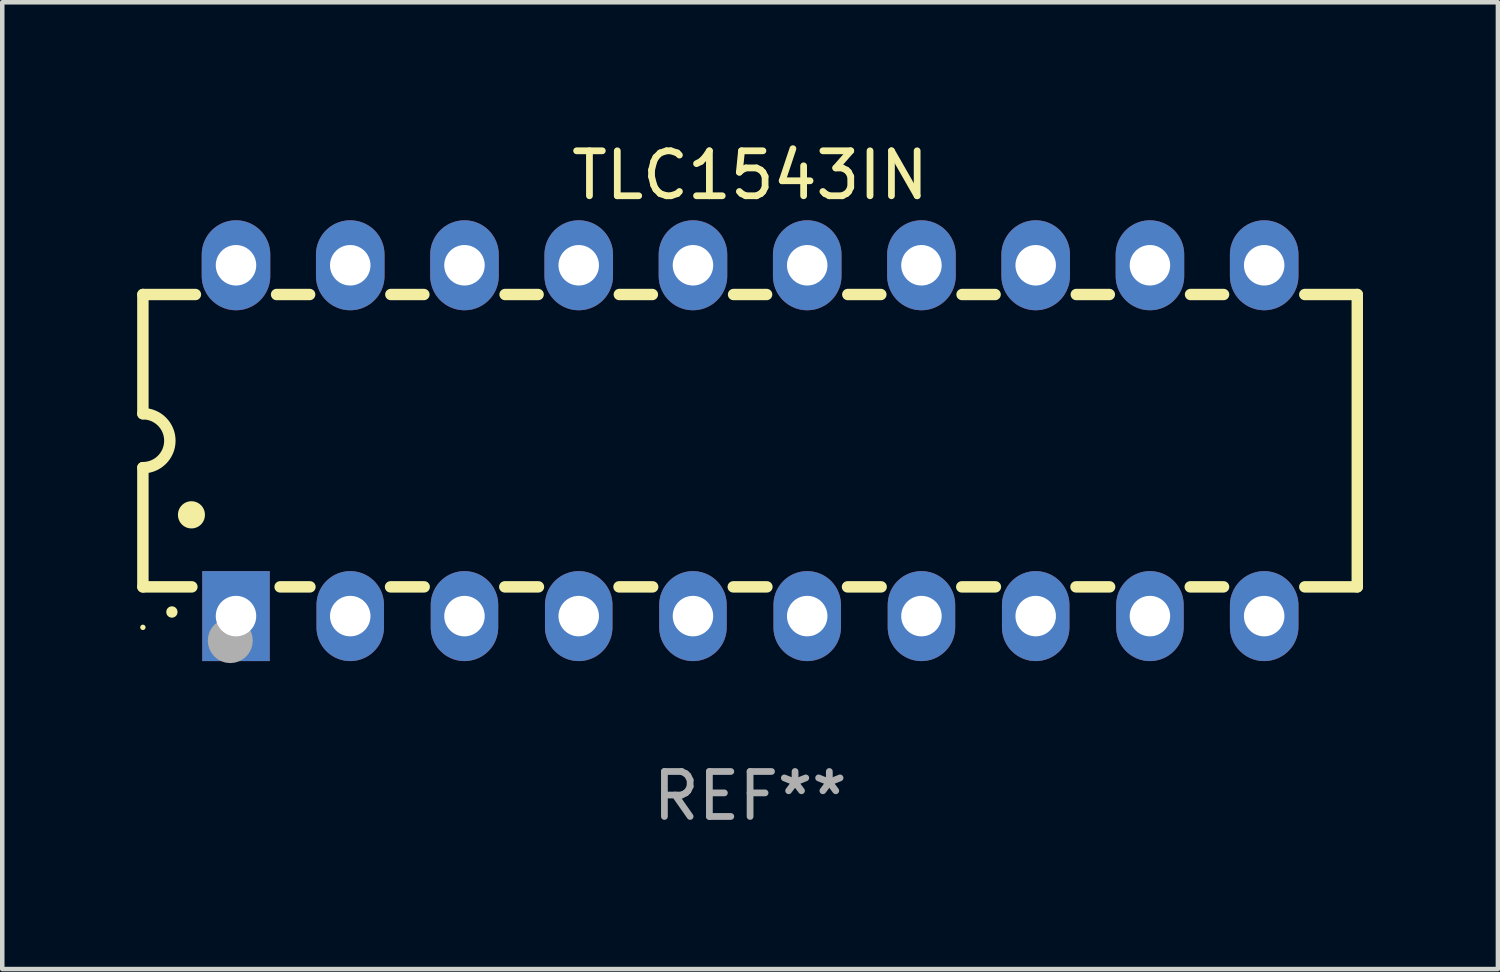
<source format=kicad_pcb>
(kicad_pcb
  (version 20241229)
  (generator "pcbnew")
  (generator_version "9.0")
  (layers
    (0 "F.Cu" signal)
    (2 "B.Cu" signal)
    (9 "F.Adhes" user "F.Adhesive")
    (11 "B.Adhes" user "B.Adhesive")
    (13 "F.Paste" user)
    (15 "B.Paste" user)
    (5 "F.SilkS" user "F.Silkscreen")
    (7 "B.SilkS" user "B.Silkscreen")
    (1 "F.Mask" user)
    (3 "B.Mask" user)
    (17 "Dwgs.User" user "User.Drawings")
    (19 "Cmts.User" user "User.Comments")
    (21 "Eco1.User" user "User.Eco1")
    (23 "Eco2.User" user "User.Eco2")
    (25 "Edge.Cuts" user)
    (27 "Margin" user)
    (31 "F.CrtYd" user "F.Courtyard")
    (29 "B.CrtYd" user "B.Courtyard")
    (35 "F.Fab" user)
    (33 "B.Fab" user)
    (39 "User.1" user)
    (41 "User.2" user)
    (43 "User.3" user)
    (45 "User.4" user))
  (footprint "TLC1543IN"
    (layer "F.Cu")
    (at 13.627 6.748)
    (property "Reference" "TLC1543IN" (at 0 -5.9 0) (layer "F.SilkS") (effects (font (size 1 1) (thickness 0.15))))
    (attr through_hole)
    (fp_line (start -13.5 -3.25) (end -12.333 -3.25) (stroke (width 0.254) (type solid)) (layer "F.SilkS"))
    (fp_line (start -13.5 -0.6) (end -13.5 -3.25) (stroke (width 0.254) (type solid)) (layer "F.SilkS"))
    (fp_line (start -13.5 3.25) (end -13.5 0.6) (stroke (width 0.254) (type solid)) (layer "F.SilkS"))
    (fp_line (start -13.5 3.25) (end -12.411 3.25) (stroke (width 0.254) (type solid)) (layer "F.SilkS"))
    (fp_line (start -10.527 -3.25) (end -9.793 -3.25) (stroke (width 0.254) (type solid)) (layer "F.SilkS"))
    (fp_line (start -10.449 3.25) (end -9.786 3.25) (stroke (width 0.254) (type solid)) (layer "F.SilkS"))
    (fp_line (start -7.994 3.25) (end -7.246 3.25) (stroke (width 0.254) (type solid)) (layer "F.SilkS"))
    (fp_line (start -7.987 -3.25) (end -7.253 -3.25) (stroke (width 0.254) (type solid)) (layer "F.SilkS"))
    (fp_line (start -5.454 3.25) (end -4.706 3.25) (stroke (width 0.254) (type solid)) (layer "F.SilkS"))
    (fp_line (start -5.447 -3.25) (end -4.713 -3.25) (stroke (width 0.254) (type solid)) (layer "F.SilkS"))
    (fp_line (start -2.914 3.25) (end -2.166 3.25) (stroke (width 0.254) (type solid)) (layer "F.SilkS"))
    (fp_line (start -2.907 -3.25) (end -2.173 -3.25) (stroke (width 0.254) (type solid)) (layer "F.SilkS"))
    (fp_line (start -0.374 3.25) (end 0.374 3.25) (stroke (width 0.254) (type solid)) (layer "F.SilkS"))
    (fp_line (start -0.367 -3.25) (end 0.367 -3.25) (stroke (width 0.254) (type solid)) (layer "F.SilkS"))
    (fp_line (start 2.166 3.25) (end 2.914 3.25) (stroke (width 0.254) (type solid)) (layer "F.SilkS"))
    (fp_line (start 2.173 -3.25) (end 2.907 -3.25) (stroke (width 0.254) (type solid)) (layer "F.SilkS"))
    (fp_line (start 4.706 3.25) (end 5.454 3.25) (stroke (width 0.254) (type solid)) (layer "F.SilkS"))
    (fp_line (start 4.713 -3.25) (end 5.447 -3.25) (stroke (width 0.254) (type solid)) (layer "F.SilkS"))
    (fp_line (start 7.246 3.25) (end 7.994 3.25) (stroke (width 0.254) (type solid)) (layer "F.SilkS"))
    (fp_line (start 7.253 -3.25) (end 7.987 -3.25) (stroke (width 0.254) (type solid)) (layer "F.SilkS"))
    (fp_line (start 9.786 3.25) (end 10.527 3.25) (stroke (width 0.254) (type solid)) (layer "F.SilkS"))
    (fp_line (start 9.793 -3.25) (end 10.527 -3.25) (stroke (width 0.254) (type solid)) (layer "F.SilkS"))
    (fp_line (start 12.333 -3.25) (end 13.5 -3.25) (stroke (width 0.254) (type solid)) (layer "F.SilkS"))
    (fp_line (start 12.333 3.25) (end 13.5 3.25) (stroke (width 0.254) (type solid)) (layer "F.SilkS"))
    (fp_line (start 13.5 -3.25) (end 13.5 3.25) (stroke (width 0.254) (type solid)) (layer "F.SilkS"))
    (fp_arc (start -13.500127 -0.599442) (mid -12.900406 0.000228) (end -13.500025 0.6) (stroke (width 0.254001) (type solid)) (layer "F.SilkS"))
    (fp_arc (start -12.854966 3.810008) (mid -12.854973 3.808738) (end -12.854966 3.807468) (stroke (width 0.25) (type solid)) (layer "F.SilkS"))
    (fp_arc (start -12.420625 1.651003) (mid -12.420636 1.648463) (end -12.420625 1.645923) (stroke (width 0.6) (type solid)) (layer "F.SilkS"))
    (fp_circle (center -13.5 4.15) (end -13.47 4.15) (stroke (width 0.06) (type solid)) (fill no) (layer "F.SilkS"))
    (fp_circle (center -11.557 4.445) (end -11.307 4.445) (stroke (width 0.5) (type solid)) (fill no) (layer "F.Fab"))
    (fp_text user "REF**" (at 0 7.9 0) (layer "F.Fab") (effects (font (size 1 1) (thickness 0.15))))
    (pad "1" thru_hole rect (at -11.43 3.9 90) (size 2 1.5) (drill 0.9) (layers "*.Cu" "*.Mask"))
    (pad "2" thru_hole oval (at -8.89 3.9 90) (size 2 1.5) (drill 0.9) (layers "*.Cu" "*.Mask"))
    (pad "3" thru_hole oval (at -6.35 3.9 90) (size 2 1.5) (drill 0.9) (layers "*.Cu" "*.Mask"))
    (pad "4" thru_hole oval (at -3.81 3.9 90) (size 2 1.5) (drill 0.9) (layers "*.Cu" "*.Mask"))
    (pad "5" thru_hole oval (at -1.27 3.9 90) (size 2 1.5) (drill 0.9) (layers "*.Cu" "*.Mask"))
    (pad "6" thru_hole oval (at 1.27 3.9 90) (size 2 1.5) (drill 0.9) (layers "*.Cu" "*.Mask"))
    (pad "7" thru_hole oval (at 3.81 3.9 90) (size 2 1.5) (drill 0.9) (layers "*.Cu" "*.Mask"))
    (pad "8" thru_hole oval (at 6.35 3.9 90) (size 2 1.5) (drill 0.9) (layers "*.Cu" "*.Mask"))
    (pad "9" thru_hole oval (at 8.89 3.9 90) (size 2 1.5) (drill 0.9) (layers "*.Cu" "*.Mask"))
    (pad "10" thru_hole oval (at 11.43 3.9 90) (size 2 1.524) (drill 0.9) (layers "*.Cu" "*.Mask"))
    (pad "11" thru_hole oval (at 11.43 -3.9 90) (size 2 1.524) (drill 0.9) (layers "*.Cu" "*.Mask"))
    (pad "12" thru_hole oval (at 8.89 -3.9 90) (size 2 1.524) (drill 0.9) (layers "*.Cu" "*.Mask"))
    (pad "13" thru_hole oval (at 6.35 -3.9 90) (size 2 1.524) (drill 0.9) (layers "*.Cu" "*.Mask"))
    (pad "14" thru_hole oval (at 3.81 -3.9 90) (size 2 1.524) (drill 0.9) (layers "*.Cu" "*.Mask"))
    (pad "15" thru_hole oval (at 1.27 -3.9 90) (size 2 1.524) (drill 0.9) (layers "*.Cu" "*.Mask"))
    (pad "16" thru_hole oval (at -1.27 -3.9 90) (size 2 1.524) (drill 0.9) (layers "*.Cu" "*.Mask"))
    (pad "17" thru_hole oval (at -3.81 -3.9 90) (size 2 1.524) (drill 0.9) (layers "*.Cu" "*.Mask"))
    (pad "18" thru_hole oval (at -6.35 -3.9 90) (size 2 1.524) (drill 0.9) (layers "*.Cu" "*.Mask"))
    (pad "19" thru_hole oval (at -8.89 -3.9 90) (size 2 1.524) (drill 0.9) (layers "*.Cu" "*.Mask"))
    (pad "20" thru_hole oval (at -11.43 -3.9 90) (size 2 1.524) (drill 0.9) (layers "*.Cu" "*.Mask")))
  (gr_rect
    (start -3 -3)
    (end 30.254 18.496)
    (stroke (width 0.1) (type default))
    (fill no)
    (layer "Edge.Cuts")))
</source>
